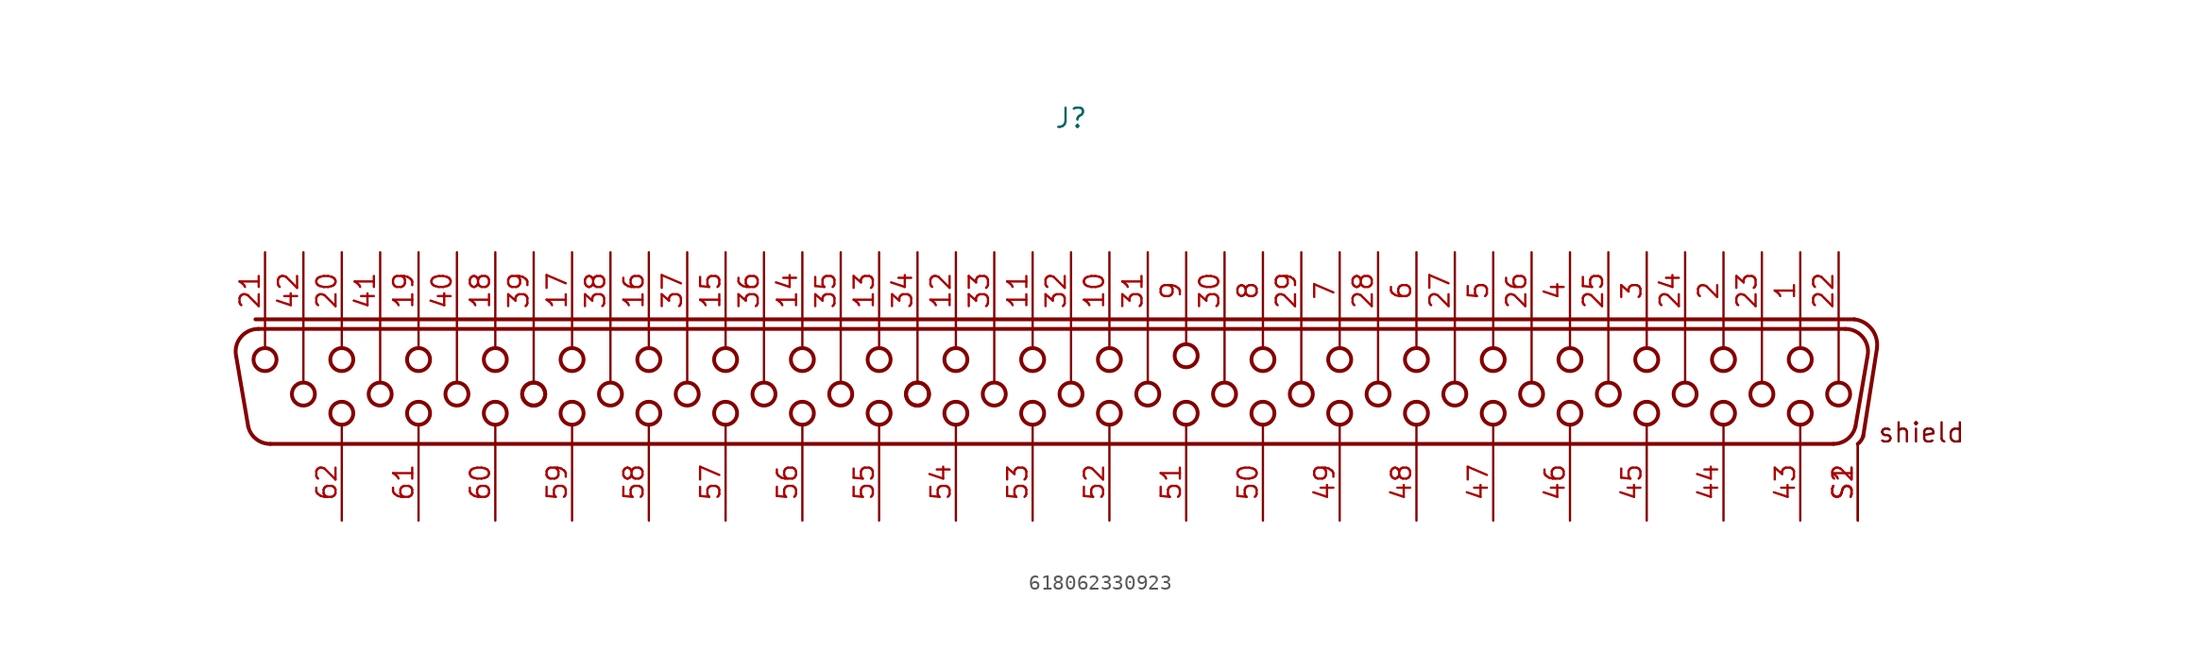
<source format=kicad_sym>
(kicad_symbol_lib
  (version 20241209)
  (generator "kicad_symbol_editor")
  (generator_version "9.0")
  (symbol "618062330923"
    (pin_names
      (hide yes))
    (property "Reference" "J"
      (at 0 17.78 0)
      (effects (font (size 1.27 1.27))))
    (symbol "618062330923_1_0"
      (polyline (pts (xy -54.453 -2.655) (xy -55.244 1.965)) (stroke (width 0.254) (type solid)) (fill (type none)))
      (polyline (pts (xy -53.975 4.445) (xy 51.84 4.445)) (stroke (width 0.254) (type solid)) (fill (type none)))
      (polyline (pts (xy -53.784 3.81) (xy 51.244 3.81)) (stroke (width 0.254) (type solid)) (fill (type none)))
      (arc (start -55.2442 1.965) (mid -54.9607 3.2407) (end -53.7843 3.81) (stroke (width 0.254) (type solid)) (fill (type none)))
      (polyline (pts (xy -53.34 3.85) (xy -53.34 2.57)) (stroke (width 0.152) (type solid)) (fill (type none)))
      (circle (center -53.34 1.778) (radius 0.762) (stroke (width 0.254) (type solid)) (fill (type none)))
      (arc (start -52.993 -3.81) (mid -53.9238 -3.4862) (end -54.4528 -2.6547) (stroke (width 0.254) (type solid)) (fill (type none)))
      (polyline (pts (xy -50.8 3.81) (xy -50.8 0.23)) (stroke (width 0.152) (type solid)) (fill (type none)))
      (circle (center -50.8 -0.508) (radius 0.762) (stroke (width 0.254) (type solid)) (fill (type none)))
      (polyline (pts (xy -48.26 3.85) (xy -48.26 2.57)) (stroke (width 0.152) (type solid)) (fill (type none)))
      (circle (center -48.26 1.778) (radius 0.762) (stroke (width 0.254) (type solid)) (fill (type none)))
      (circle (center -48.26 -1.778) (radius 0.762) (stroke (width 0.254) (type solid)) (fill (type none)))
      (polyline (pts (xy -48.26 -3.85) (xy -48.26 -2.57)) (stroke (width 0.152) (type solid)) (fill (type none)))
      (polyline (pts (xy -45.72 3.81) (xy -45.72 0.23)) (stroke (width 0.152) (type solid)) (fill (type none)))
      (circle (center -45.72 -0.508) (radius 0.762) (stroke (width 0.254) (type solid)) (fill (type none)))
      (polyline (pts (xy -43.18 3.85) (xy -43.18 2.57)) (stroke (width 0.152) (type solid)) (fill (type none)))
      (circle (center -43.18 1.778) (radius 0.762) (stroke (width 0.254) (type solid)) (fill (type none)))
      (circle (center -43.18 -1.778) (radius 0.762) (stroke (width 0.254) (type solid)) (fill (type none)))
      (polyline (pts (xy -43.18 -3.85) (xy -43.18 -2.57)) (stroke (width 0.152) (type solid)) (fill (type none)))
      (polyline (pts (xy -40.64 3.81) (xy -40.64 0.23)) (stroke (width 0.152) (type solid)) (fill (type none)))
      (circle (center -40.64 -0.508) (radius 0.762) (stroke (width 0.254) (type solid)) (fill (type none)))
      (polyline (pts (xy -38.1 3.85) (xy -38.1 2.57)) (stroke (width 0.152) (type solid)) (fill (type none)))
      (circle (center -38.1 1.778) (radius 0.762) (stroke (width 0.254) (type solid)) (fill (type none)))
      (circle (center -38.1 -1.778) (radius 0.762) (stroke (width 0.254) (type solid)) (fill (type none)))
      (polyline (pts (xy -38.1 -3.85) (xy -38.1 -2.57)) (stroke (width 0.152) (type solid)) (fill (type none)))
      (polyline (pts (xy -35.56 3.81) (xy -35.56 0.23)) (stroke (width 0.152) (type solid)) (fill (type none)))
      (circle (center -35.56 -0.508) (radius 0.762) (stroke (width 0.254) (type solid)) (fill (type none)))
      (circle (center -35.56 -0.508) (radius 0.762) (stroke (width 0.254) (type solid)) (fill (type none)))
      (polyline (pts (xy -33.02 3.85) (xy -33.02 2.57)) (stroke (width 0.152) (type solid)) (fill (type none)))
      (circle (center -33.02 1.778) (radius 0.762) (stroke (width 0.254) (type solid)) (fill (type none)))
      (circle (center -33.02 -1.778) (radius 0.762) (stroke (width 0.254) (type solid)) (fill (type none)))
      (polyline (pts (xy -33.02 -3.85) (xy -33.02 -2.57)) (stroke (width 0.152) (type solid)) (fill (type none)))
      (polyline (pts (xy -30.48 3.81) (xy -30.48 0.23)) (stroke (width 0.152) (type solid)) (fill (type none)))
      (circle (center -30.48 -0.508) (radius 0.762) (stroke (width 0.254) (type solid)) (fill (type none)))
      (polyline (pts (xy -27.94 3.85) (xy -27.94 2.57)) (stroke (width 0.152) (type solid)) (fill (type none)))
      (circle (center -27.94 1.778) (radius 0.762) (stroke (width 0.254) (type solid)) (fill (type none)))
      (circle (center -27.94 -1.778) (radius 0.762) (stroke (width 0.254) (type solid)) (fill (type none)))
      (polyline (pts (xy -27.94 -3.85) (xy -27.94 -2.57)) (stroke (width 0.152) (type solid)) (fill (type none)))
      (polyline (pts (xy -25.4 3.81) (xy -25.4 0.23)) (stroke (width 0.152) (type solid)) (fill (type none)))
      (circle (center -25.4 -0.508) (radius 0.762) (stroke (width 0.254) (type solid)) (fill (type none)))
      (polyline (pts (xy -22.86 3.85) (xy -22.86 2.57)) (stroke (width 0.152) (type solid)) (fill (type none)))
      (circle (center -22.86 1.778) (radius 0.762) (stroke (width 0.254) (type solid)) (fill (type none)))
      (circle (center -22.86 -1.778) (radius 0.762) (stroke (width 0.254) (type solid)) (fill (type none)))
      (polyline (pts (xy -22.86 -3.85) (xy -22.86 -2.57)) (stroke (width 0.152) (type solid)) (fill (type none)))
      (polyline (pts (xy -20.32 3.81) (xy -20.32 0.23)) (stroke (width 0.152) (type solid)) (fill (type none)))
      (circle (center -20.32 -0.508) (radius 0.762) (stroke (width 0.254) (type solid)) (fill (type none)))
      (polyline (pts (xy -17.78 3.85) (xy -17.78 2.57)) (stroke (width 0.152) (type solid)) (fill (type none)))
      (circle (center -17.78 1.778) (radius 0.762) (stroke (width 0.254) (type solid)) (fill (type none)))
      (circle (center -17.78 -1.778) (radius 0.762) (stroke (width 0.254) (type solid)) (fill (type none)))
      (polyline (pts (xy -17.78 -3.85) (xy -17.78 -2.57)) (stroke (width 0.152) (type solid)) (fill (type none)))
      (polyline (pts (xy -15.24 3.81) (xy -15.24 0.23)) (stroke (width 0.152) (type solid)) (fill (type none)))
      (circle (center -15.24 -0.508) (radius 0.762) (stroke (width 0.254) (type solid)) (fill (type none)))
      (polyline (pts (xy -12.7 3.85) (xy -12.7 2.57)) (stroke (width 0.152) (type solid)) (fill (type none)))
      (circle (center -12.7 1.778) (radius 0.762) (stroke (width 0.254) (type solid)) (fill (type none)))
      (circle (center -12.7 -1.778) (radius 0.762) (stroke (width 0.254) (type solid)) (fill (type none)))
      (polyline (pts (xy -12.7 -3.85) (xy -12.7 -2.57)) (stroke (width 0.152) (type solid)) (fill (type none)))
      (polyline (pts (xy -10.16 3.81) (xy -10.16 0.23)) (stroke (width 0.152) (type solid)) (fill (type none)))
      (circle (center -10.16 -0.508) (radius 0.762) (stroke (width 0.254) (type solid)) (fill (type none)))
      (circle (center -10.16 -0.508) (radius 0.762) (stroke (width 0.254) (type solid)) (fill (type none)))
      (polyline (pts (xy -7.62 3.85) (xy -7.62 2.57)) (stroke (width 0.152) (type solid)) (fill (type none)))
      (circle (center -7.62 1.778) (radius 0.762) (stroke (width 0.254) (type solid)) (fill (type none)))
      (circle (center -7.62 -1.778) (radius 0.762) (stroke (width 0.254) (type solid)) (fill (type none)))
      (polyline (pts (xy -7.62 -3.85) (xy -7.62 -2.57)) (stroke (width 0.152) (type solid)) (fill (type none)))
      (polyline (pts (xy -5.08 3.81) (xy -5.08 0.23)) (stroke (width 0.152) (type solid)) (fill (type none)))
      (circle (center -5.08 -0.508) (radius 0.762) (stroke (width 0.254) (type solid)) (fill (type none)))
      (polyline (pts (xy -2.54 3.85) (xy -2.54 2.57)) (stroke (width 0.152) (type solid)) (fill (type none)))
      (circle (center -2.54 1.778) (radius 0.762) (stroke (width 0.254) (type solid)) (fill (type none)))
      (circle (center -2.54 -1.778) (radius 0.762) (stroke (width 0.254) (type solid)) (fill (type none)))
      (polyline (pts (xy -2.54 -3.85) (xy -2.54 -2.57)) (stroke (width 0.152) (type solid)) (fill (type none)))
      (polyline (pts (xy 0 3.81) (xy 0 0.23)) (stroke (width 0.152) (type solid)) (fill (type none)))
      (circle (center 0 -0.508) (radius 0.762) (stroke (width 0.254) (type solid)) (fill (type none)))
      (polyline (pts (xy 2.54 3.85) (xy 2.54 2.57)) (stroke (width 0.152) (type solid)) (fill (type none)))
      (circle (center 2.54 1.778) (radius 0.762) (stroke (width 0.254) (type solid)) (fill (type none)))
      (circle (center 2.54 -1.778) (radius 0.762) (stroke (width 0.254) (type solid)) (fill (type none)))
      (polyline (pts (xy 2.54 -3.85) (xy 2.54 -2.57)) (stroke (width 0.152) (type solid)) (fill (type none)))
      (polyline (pts (xy 5.08 3.81) (xy 5.08 0.23)) (stroke (width 0.152) (type solid)) (fill (type none)))
      (circle (center 5.08 -0.508) (radius 0.762) (stroke (width 0.254) (type solid)) (fill (type none)))
      (polyline (pts (xy 7.62 3.85) (xy 7.62 2.77)) (stroke (width 0.152) (type solid)) (fill (type none)))
      (circle (center 7.62 2.032) (radius 0.762) (stroke (width 0.254) (type solid)) (fill (type none)))
      (circle (center 7.62 -1.778) (radius 0.762) (stroke (width 0.254) (type solid)) (fill (type none)))
      (polyline (pts (xy 7.62 -3.85) (xy 7.62 -2.57)) (stroke (width 0.152) (type solid)) (fill (type none)))
      (polyline (pts (xy 10.16 3.81) (xy 10.16 0.23)) (stroke (width 0.152) (type solid)) (fill (type none)))
      (circle (center 10.16 -0.508) (radius 0.762) (stroke (width 0.254) (type solid)) (fill (type none)))
      (polyline (pts (xy 12.7 3.85) (xy 12.7 2.57)) (stroke (width 0.152) (type solid)) (fill (type none)))
      (circle (center 12.7 1.778) (radius 0.762) (stroke (width 0.254) (type solid)) (fill (type none)))
      (circle (center 12.7 -1.778) (radius 0.762) (stroke (width 0.254) (type solid)) (fill (type none)))
      (polyline (pts (xy 12.7 -3.85) (xy 12.7 -2.57)) (stroke (width 0.152) (type solid)) (fill (type none)))
      (polyline (pts (xy 15.24 3.81) (xy 15.24 0.23)) (stroke (width 0.152) (type solid)) (fill (type none)))
      (circle (center 15.24 -0.508) (radius 0.762) (stroke (width 0.254) (type solid)) (fill (type none)))
      (polyline (pts (xy 17.78 3.85) (xy 17.78 2.57)) (stroke (width 0.152) (type solid)) (fill (type none)))
      (circle (center 17.78 1.778) (radius 0.762) (stroke (width 0.254) (type solid)) (fill (type none)))
      (circle (center 17.78 -1.778) (radius 0.762) (stroke (width 0.254) (type solid)) (fill (type none)))
      (polyline (pts (xy 17.78 -3.85) (xy 17.78 -2.57)) (stroke (width 0.152) (type solid)) (fill (type none)))
      (polyline (pts (xy 20.32 3.81) (xy 20.32 0.23)) (stroke (width 0.152) (type solid)) (fill (type none)))
      (circle (center 20.32 -0.508) (radius 0.762) (stroke (width 0.254) (type solid)) (fill (type none)))
      (polyline (pts (xy 22.86 3.85) (xy 22.86 2.57)) (stroke (width 0.152) (type solid)) (fill (type none)))
      (circle (center 22.86 1.778) (radius 0.762) (stroke (width 0.254) (type solid)) (fill (type none)))
      (circle (center 22.86 -1.778) (radius 0.762) (stroke (width 0.254) (type solid)) (fill (type none)))
      (polyline (pts (xy 22.86 -3.85) (xy 22.86 -2.57)) (stroke (width 0.152) (type solid)) (fill (type none)))
      (polyline (pts (xy 25.4 3.81) (xy 25.4 0.23)) (stroke (width 0.152) (type solid)) (fill (type none)))
      (circle (center 25.4 -0.508) (radius 0.762) (stroke (width 0.254) (type solid)) (fill (type none)))
      (polyline (pts (xy 27.94 3.85) (xy 27.94 2.57)) (stroke (width 0.152) (type solid)) (fill (type none)))
      (circle (center 27.94 1.778) (radius 0.762) (stroke (width 0.254) (type solid)) (fill (type none)))
      (circle (center 27.94 -1.778) (radius 0.762) (stroke (width 0.254) (type solid)) (fill (type none)))
      (polyline (pts (xy 27.94 -3.85) (xy 27.94 -2.57)) (stroke (width 0.152) (type solid)) (fill (type none)))
      (polyline (pts (xy 30.48 3.81) (xy 30.48 0.23)) (stroke (width 0.152) (type solid)) (fill (type none)))
      (circle (center 30.48 -0.508) (radius 0.762) (stroke (width 0.254) (type solid)) (fill (type none)))
      (polyline (pts (xy 33.02 3.85) (xy 33.02 2.57)) (stroke (width 0.152) (type solid)) (fill (type none)))
      (circle (center 33.02 1.778) (radius 0.762) (stroke (width 0.254) (type solid)) (fill (type none)))
      (circle (center 33.02 -1.778) (radius 0.762) (stroke (width 0.254) (type solid)) (fill (type none)))
      (polyline (pts (xy 33.02 -3.85) (xy 33.02 -2.57)) (stroke (width 0.152) (type solid)) (fill (type none)))
      (polyline (pts (xy 35.56 3.81) (xy 35.56 0.23)) (stroke (width 0.152) (type solid)) (fill (type none)))
      (circle (center 35.56 -0.508) (radius 0.762) (stroke (width 0.254) (type solid)) (fill (type none)))
      (polyline (pts (xy 38.1 3.85) (xy 38.1 2.57)) (stroke (width 0.152) (type solid)) (fill (type none)))
      (circle (center 38.1 1.778) (radius 0.762) (stroke (width 0.254) (type solid)) (fill (type none)))
      (circle (center 38.1 -1.778) (radius 0.762) (stroke (width 0.254) (type solid)) (fill (type none)))
      (polyline (pts (xy 38.1 -3.85) (xy 38.1 -2.57)) (stroke (width 0.152) (type solid)) (fill (type none)))
      (polyline (pts (xy 40.64 3.81) (xy 40.64 0.23)) (stroke (width 0.152) (type solid)) (fill (type none)))
      (circle (center 40.64 -0.508) (radius 0.762) (stroke (width 0.254) (type solid)) (fill (type none)))
      (polyline (pts (xy 43.18 3.85) (xy 43.18 2.57)) (stroke (width 0.152) (type solid)) (fill (type none)))
      (circle (center 43.18 1.778) (radius 0.762) (stroke (width 0.254) (type solid)) (fill (type none)))
      (circle (center 43.18 -1.778) (radius 0.762) (stroke (width 0.254) (type solid)) (fill (type none)))
      (polyline (pts (xy 43.18 -3.85) (xy 43.18 -2.57)) (stroke (width 0.152) (type solid)) (fill (type none)))
      (polyline (pts (xy 45.72 3.81) (xy 45.72 0.23)) (stroke (width 0.152) (type solid)) (fill (type none)))
      (circle (center 45.72 -0.508) (radius 0.762) (stroke (width 0.254) (type solid)) (fill (type none)))
      (polyline (pts (xy 48.26 3.85) (xy 48.26 2.57)) (stroke (width 0.152) (type solid)) (fill (type none)))
      (circle (center 48.26 1.778) (radius 0.762) (stroke (width 0.254) (type solid)) (fill (type none)))
      (circle (center 48.26 -1.778) (radius 0.762) (stroke (width 0.254) (type solid)) (fill (type none)))
      (polyline (pts (xy 48.26 -3.85) (xy 48.26 -2.57)) (stroke (width 0.152) (type solid)) (fill (type none)))
      (arc (start 51.9128 -2.6548) (mid 51.3837 -3.4863) (end 50.4529 -3.81) (stroke (width 0.254) (type solid)) (fill (type none)))
      (polyline (pts (xy 50.453 -3.81) (xy -52.993 -3.81)) (stroke (width 0.254) (type solid)) (fill (type none)))
      (polyline (pts (xy 50.8 3.81) (xy 50.8 0.23)) (stroke (width 0.152) (type solid)) (fill (type none)))
      (circle (center 50.8 -0.508) (radius 0.762) (stroke (width 0.254) (type solid)) (fill (type none)))
      (arc (start 51.2443 3.81) (mid 52.4207 3.2407) (end 52.7042 1.965) (stroke (width 0.254) (type solid)) (fill (type none)))
      (arc (start 52.4239 -3.3037) (mid 52.2848 -3.5833) (end 52.07 -3.81) (stroke (width 0.254) (type solid)) (fill (type none)))
      (arc (start 51.84 4.445) (mid 52.9864 3.8046) (end 53.34 2.54) (stroke (width 0.254) (type solid)) (fill (type none)))
      (polyline (pts (xy 52.424 -3.304) (xy 53.34 2.54)) (stroke (width 0.254) (type solid)) (fill (type none)))
      (polyline (pts (xy 52.704 1.965) (xy 51.913 -2.655)) (stroke (width 0.254) (type solid)) (fill (type none)))
      (pin passive line (at -53.34 8.89 270) (length 5.08) (name "21" (effects (font (size 1.27 1.27)))) (number "21" (effects (font (size 1.27 1.27)))))
      (pin passive line (at -50.8 8.89 270) (length 5.08) (name "42" (effects (font (size 1.27 1.27)))) (number "42" (effects (font (size 1.27 1.27)))))
      (pin passive line (at -48.26 8.89 270) (length 5.08) (name "20" (effects (font (size 1.27 1.27)))) (number "20" (effects (font (size 1.27 1.27)))))
      (pin passive line (at -48.26 -8.89 90) (length 5.08) (name "62" (effects (font (size 1.27 1.27)))) (number "62" (effects (font (size 1.27 1.27)))))
      (pin passive line (at -45.72 8.89 270) (length 5.08) (name "41" (effects (font (size 1.27 1.27)))) (number "41" (effects (font (size 1.27 1.27)))))
      (pin passive line (at -43.18 8.89 270) (length 5.08) (name "19" (effects (font (size 1.27 1.27)))) (number "19" (effects (font (size 1.27 1.27)))))
      (pin passive line (at -43.18 -8.89 90) (length 5.08) (name "61" (effects (font (size 1.27 1.27)))) (number "61" (effects (font (size 1.27 1.27)))))
      (pin passive line (at -40.64 8.89 270) (length 5.08) (name "40" (effects (font (size 1.27 1.27)))) (number "40" (effects (font (size 1.27 1.27)))))
      (pin passive line (at -38.1 8.89 270) (length 5.08) (name "18" (effects (font (size 1.27 1.27)))) (number "18" (effects (font (size 1.27 1.27)))))
      (pin passive line (at -38.1 -8.89 90) (length 5.08) (name "60" (effects (font (size 1.27 1.27)))) (number "60" (effects (font (size 1.27 1.27)))))
      (pin passive line (at -35.56 8.89 270) (length 5.08) (name "39" (effects (font (size 1.27 1.27)))) (number "39" (effects (font (size 1.27 1.27)))))
      (pin passive line (at -33.02 8.89 270) (length 5.08) (name "17" (effects (font (size 1.27 1.27)))) (number "17" (effects (font (size 1.27 1.27)))))
      (pin passive line (at -33.02 -8.89 90) (length 5.08) (name "59" (effects (font (size 1.27 1.27)))) (number "59" (effects (font (size 1.27 1.27)))))
      (pin passive line (at -30.48 8.89 270) (length 5.08) (name "38" (effects (font (size 1.27 1.27)))) (number "38" (effects (font (size 1.27 1.27)))))
      (pin passive line (at -27.94 8.89 270) (length 5.08) (name "16" (effects (font (size 1.27 1.27)))) (number "16" (effects (font (size 1.27 1.27)))))
      (pin passive line (at -27.94 -8.89 90) (length 5.08) (name "58" (effects (font (size 1.27 1.27)))) (number "58" (effects (font (size 1.27 1.27)))))
      (pin passive line (at -25.4 8.89 270) (length 5.08) (name "37" (effects (font (size 1.27 1.27)))) (number "37" (effects (font (size 1.27 1.27)))))
      (pin passive line (at -22.86 8.89 270) (length 5.08) (name "15" (effects (font (size 1.27 1.27)))) (number "15" (effects (font (size 1.27 1.27)))))
      (pin passive line (at -22.86 -8.89 90) (length 5.08) (name "57" (effects (font (size 1.27 1.27)))) (number "57" (effects (font (size 1.27 1.27)))))
      (pin passive line (at -20.32 8.89 270) (length 5.08) (name "36" (effects (font (size 1.27 1.27)))) (number "36" (effects (font (size 1.27 1.27)))))
      (pin passive line (at -17.78 8.89 270) (length 5.08) (name "14" (effects (font (size 1.27 1.27)))) (number "14" (effects (font (size 1.27 1.27)))))
      (pin passive line (at -17.78 -8.89 90) (length 5.08) (name "56" (effects (font (size 1.27 1.27)))) (number "56" (effects (font (size 1.27 1.27)))))
      (pin passive line (at -15.24 8.89 270) (length 5.08) (name "35" (effects (font (size 1.27 1.27)))) (number "35" (effects (font (size 1.27 1.27)))))
      (pin passive line (at -12.7 8.89 270) (length 5.08) (name "13" (effects (font (size 1.27 1.27)))) (number "13" (effects (font (size 1.27 1.27)))))
      (pin passive line (at -12.7 -8.89 90) (length 5.08) (name "55" (effects (font (size 1.27 1.27)))) (number "55" (effects (font (size 1.27 1.27)))))
      (pin passive line (at -10.16 8.89 270) (length 5.08) (name "34" (effects (font (size 1.27 1.27)))) (number "34" (effects (font (size 1.27 1.27)))))
      (pin passive line (at -7.62 8.89 270) (length 5.08) (name "12" (effects (font (size 1.27 1.27)))) (number "12" (effects (font (size 1.27 1.27)))))
      (pin passive line (at -7.62 -8.89 90) (length 5.08) (name "54" (effects (font (size 1.27 1.27)))) (number "54" (effects (font (size 1.27 1.27)))))
      (pin passive line (at -5.08 8.89 270) (length 5.08) (name "33" (effects (font (size 1.27 1.27)))) (number "33" (effects (font (size 1.27 1.27)))))
      (pin passive line (at -2.54 8.89 270) (length 5.08) (name "11" (effects (font (size 1.27 1.27)))) (number "11" (effects (font (size 1.27 1.27)))))
      (pin passive line (at -2.54 -8.89 90) (length 5.08) (name "53" (effects (font (size 1.27 1.27)))) (number "53" (effects (font (size 1.27 1.27)))))
      (pin passive line (at 0 8.89 270) (length 5.08) (name "32" (effects (font (size 1.27 1.27)))) (number "32" (effects (font (size 1.27 1.27)))))
      (pin passive line (at 2.54 8.89 270) (length 5.08) (name "10" (effects (font (size 1.27 1.27)))) (number "10" (effects (font (size 1.27 1.27)))))
      (pin passive line (at 2.54 -8.89 90) (length 5.08) (name "52" (effects (font (size 1.27 1.27)))) (number "52" (effects (font (size 1.27 1.27)))))
      (pin passive line (at 5.08 8.89 270) (length 5.08) (name "31" (effects (font (size 1.27 1.27)))) (number "31" (effects (font (size 1.27 1.27)))))
      (pin passive line (at 7.62 8.89 270) (length 5.08) (name "9" (effects (font (size 1.27 1.27)))) (number "9" (effects (font (size 1.27 1.27)))))
      (pin passive line (at 7.62 -8.89 90) (length 5.08) (name "51" (effects (font (size 1.27 1.27)))) (number "51" (effects (font (size 1.27 1.27)))))
      (pin passive line (at 10.16 8.89 270) (length 5.08) (name "30" (effects (font (size 1.27 1.27)))) (number "30" (effects (font (size 1.27 1.27)))))
      (pin passive line (at 12.7 8.89 270) (length 5.08) (name "8" (effects (font (size 1.27 1.27)))) (number "8" (effects (font (size 1.27 1.27)))))
      (pin passive line (at 12.7 -8.89 90) (length 5.08) (name "50" (effects (font (size 1.27 1.27)))) (number "50" (effects (font (size 1.27 1.27)))))
      (pin passive line (at 15.24 8.89 270) (length 5.08) (name "29" (effects (font (size 1.27 1.27)))) (number "29" (effects (font (size 1.27 1.27)))))
      (pin passive line (at 17.78 8.89 270) (length 5.08) (name "7" (effects (font (size 1.27 1.27)))) (number "7" (effects (font (size 1.27 1.27)))))
      (pin passive line (at 17.78 -8.89 90) (length 5.08) (name "49" (effects (font (size 1.27 1.27)))) (number "49" (effects (font (size 1.27 1.27)))))
      (pin passive line (at 20.32 8.89 270) (length 5.08) (name "28" (effects (font (size 1.27 1.27)))) (number "28" (effects (font (size 1.27 1.27)))))
      (pin passive line (at 22.86 8.89 270) (length 5.08) (name "6" (effects (font (size 1.27 1.27)))) (number "6" (effects (font (size 1.27 1.27)))))
      (pin passive line (at 22.86 -8.89 90) (length 5.08) (name "48" (effects (font (size 1.27 1.27)))) (number "48" (effects (font (size 1.27 1.27)))))
      (pin passive line (at 25.4 8.89 270) (length 5.08) (name "27" (effects (font (size 1.27 1.27)))) (number "27" (effects (font (size 1.27 1.27)))))
      (pin passive line (at 27.94 8.89 270) (length 5.08) (name "5" (effects (font (size 1.27 1.27)))) (number "5" (effects (font (size 1.27 1.27)))))
      (pin passive line (at 27.94 -8.89 90) (length 5.08) (name "47" (effects (font (size 1.27 1.27)))) (number "47" (effects (font (size 1.27 1.27)))))
      (pin passive line (at 30.48 8.89 270) (length 5.08) (name "26" (effects (font (size 1.27 1.27)))) (number "26" (effects (font (size 1.27 1.27)))))
      (pin passive line (at 33.02 8.89 270) (length 5.08) (name "4" (effects (font (size 1.27 1.27)))) (number "4" (effects (font (size 1.27 1.27)))))
      (pin passive line (at 33.02 -8.89 90) (length 5.08) (name "46" (effects (font (size 1.27 1.27)))) (number "46" (effects (font (size 1.27 1.27)))))
      (pin passive line (at 35.56 8.89 270) (length 5.08) (name "25" (effects (font (size 1.27 1.27)))) (number "25" (effects (font (size 1.27 1.27)))))
      (pin passive line (at 38.1 8.89 270) (length 5.08) (name "3" (effects (font (size 1.27 1.27)))) (number "3" (effects (font (size 1.27 1.27)))))
      (pin passive line (at 38.1 -8.89 90) (length 5.08) (name "45" (effects (font (size 1.27 1.27)))) (number "45" (effects (font (size 1.27 1.27)))))
      (pin passive line (at 40.64 8.89 270) (length 5.08) (name "24" (effects (font (size 1.27 1.27)))) (number "24" (effects (font (size 1.27 1.27)))))
      (pin passive line (at 43.18 8.89 270) (length 5.08) (name "2" (effects (font (size 1.27 1.27)))) (number "2" (effects (font (size 1.27 1.27)))))
      (pin passive line (at 43.18 -8.89 90) (length 5.08) (name "44" (effects (font (size 1.27 1.27)))) (number "44" (effects (font (size 1.27 1.27)))))
      (pin passive line (at 45.72 8.89 270) (length 5.08) (name "23" (effects (font (size 1.27 1.27)))) (number "23" (effects (font (size 1.27 1.27)))))
      (pin passive line (at 48.26 8.89 270) (length 5.08) (name "1" (effects (font (size 1.27 1.27)))) (number "1" (effects (font (size 1.27 1.27)))))
      (pin passive line (at 48.26 -8.89 90) (length 5.08) (name "43" (effects (font (size 1.27 1.27)))) (number "43" (effects (font (size 1.27 1.27)))))
      (pin passive line (at 50.8 8.89 270) (length 5.08) (name "22" (effects (font (size 1.27 1.27)))) (number "22" (effects (font (size 1.27 1.27)))))
      (pin passive line (at 52.07 -8.89 90) (length 5.08) (name "SHIELD" (effects (font (size 1.27 1.27)))) (number "S1" (effects (font (size 1.27 1.27)))))
      (pin passive line (at 52.07 -8.89 90) (length 5.08) (name "SHIELD" (effects (font (size 1.27 1.27)))) (number "S2" (effects (font (size 1.27 1.27))))))
    (symbol "618062330923_1_1"
      (text "shield" (at 53.34 -3.81 0) (effects (font (size 1.27 1.27)) (justify left bottom))))))
</source>
